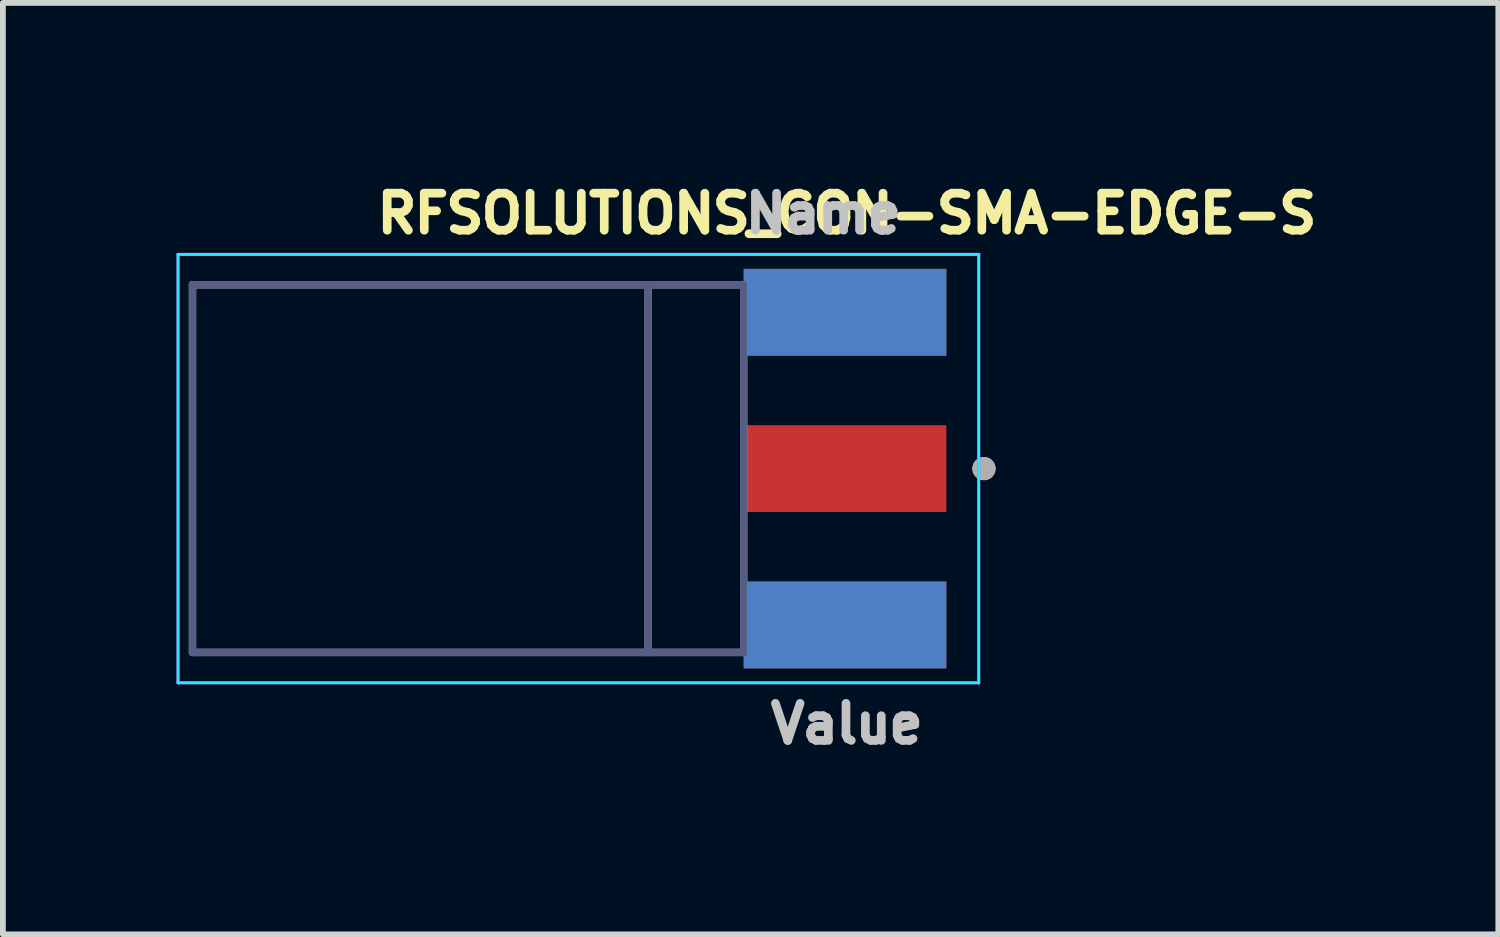
<source format=kicad_pcb>
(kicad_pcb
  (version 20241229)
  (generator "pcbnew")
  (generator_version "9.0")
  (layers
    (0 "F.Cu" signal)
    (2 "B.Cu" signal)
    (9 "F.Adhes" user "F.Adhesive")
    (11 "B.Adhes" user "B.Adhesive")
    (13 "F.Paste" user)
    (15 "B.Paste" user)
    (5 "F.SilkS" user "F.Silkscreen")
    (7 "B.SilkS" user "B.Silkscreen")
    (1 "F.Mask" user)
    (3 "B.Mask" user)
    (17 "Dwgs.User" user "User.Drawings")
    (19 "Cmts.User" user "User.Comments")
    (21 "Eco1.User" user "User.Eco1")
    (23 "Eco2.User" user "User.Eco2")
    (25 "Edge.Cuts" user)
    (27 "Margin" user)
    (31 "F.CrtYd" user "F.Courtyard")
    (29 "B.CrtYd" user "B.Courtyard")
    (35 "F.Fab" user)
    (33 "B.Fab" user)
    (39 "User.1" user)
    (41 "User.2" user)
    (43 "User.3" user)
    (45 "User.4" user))
  (footprint "RFSOLUTIONS_CON-SMA-EDGE-S"
    (layer "F.Cu")
    (at 11.545 5.044)
    (property "Reference" "RFSOLUTIONS_CON-SMA-EDGE-S" (at 0.032 -4.406 0) (layer "F.SilkS") (effects (font (size 0.64 0.64) (thickness 0.15))))
    (attr through_hole)
    (fp_circle (center 2.4 0) (end 2.5 0) (stroke (width 0.2) (type solid)) (fill no) (layer "F.SilkS"))
    (fp_line (start -11.52 -3.7) (end -11.52 3.7) (stroke (width 0.05) (type solid)) (layer "B.CrtYd"))
    (fp_line (start -11.52 3.7) (end 2.31 3.7) (stroke (width 0.05) (type solid)) (layer "B.CrtYd"))
    (fp_line (start 2.31 -3.7) (end -11.52 -3.7) (stroke (width 0.05) (type solid)) (layer "B.CrtYd"))
    (fp_line (start 2.31 3.7) (end 2.31 -3.7) (stroke (width 0.05) (type solid)) (layer "B.CrtYd"))
    (fp_line (start -11.52 -3.7) (end 2.31 -3.7) (stroke (width 0.05) (type solid)) (layer "F.CrtYd"))
    (fp_line (start -11.52 3.7) (end -11.52 -3.7) (stroke (width 0.05) (type solid)) (layer "F.CrtYd"))
    (fp_line (start 2.31 -3.7) (end 2.31 3.7) (stroke (width 0.05) (type solid)) (layer "F.CrtYd"))
    (fp_line (start 2.31 3.7) (end -11.52 3.7) (stroke (width 0.05) (type solid)) (layer "F.CrtYd"))
    (fp_line (start -11.27 -3.175) (end -3.4 -3.175) (stroke (width 0.127) (type solid)) (layer "B.Fab"))
    (fp_line (start -11.27 3.175) (end -11.27 -3.175) (stroke (width 0.127) (type solid)) (layer "B.Fab"))
    (fp_line (start -3.4 -3.175) (end -3.4 3.175) (stroke (width 0.127) (type solid)) (layer "B.Fab"))
    (fp_line (start -3.4 3.175) (end -11.27 3.175) (stroke (width 0.127) (type solid)) (layer "B.Fab"))
    (fp_line (start -3.4 3.175) (end -1.75 3.175) (stroke (width 0.127) (type solid)) (layer "B.Fab"))
    (fp_line (start -1.75 -3.175) (end -3.4 -3.175) (stroke (width 0.127) (type solid)) (layer "B.Fab"))
    (fp_line (start -1.75 3.175) (end -1.75 -3.175) (stroke (width 0.127) (type solid)) (layer "B.Fab"))
    (fp_line (start -11.27 -3.175) (end -11.27 3.175) (stroke (width 0.127) (type solid)) (layer "F.Fab"))
    (fp_line (start -11.27 3.175) (end -3.4 3.175) (stroke (width 0.127) (type solid)) (layer "F.Fab"))
    (fp_line (start -3.4 -3.175) (end -11.27 -3.175) (stroke (width 0.127) (type solid)) (layer "F.Fab"))
    (fp_line (start -3.4 -3.175) (end -1.75 -3.175) (stroke (width 0.127) (type solid)) (layer "F.Fab"))
    (fp_line (start -3.4 3.175) (end -3.4 -3.175) (stroke (width 0.127) (type solid)) (layer "F.Fab"))
    (fp_line (start -1.75 -3.175) (end -1.75 3.175) (stroke (width 0.127) (type solid)) (layer "F.Fab"))
    (fp_line (start -1.75 3.175) (end -3.4 3.175) (stroke (width 0.127) (type solid)) (layer "F.Fab"))
    (fp_circle (center 2.4 0) (end 2.5 0) (stroke (width 0.2) (type solid)) (fill no) (layer "F.Fab"))
    (fp_text user "Name" (at -0.374 -4.406 0) (layer "Dwgs.User") (effects (font (size 0.64 0.64) (thickness 0.15))))
    (fp_text user "Value" (at 0.032 4.406 0) (layer "Dwgs.User") (effects (font (size 0.64 0.64) (thickness 0.15))))
    (pad "1" smd rect (at 0 0) (size 3.5 1.5) (layers "F.Cu" "F.Mask" "F.Paste"))
    (pad "G1" smd rect (at 0 -2.7) (size 3.5 1.5) (layers "F.Cu" "F.Mask" "F.Paste"))
    (pad "G2" smd rect (at 0 2.7) (size 3.5 1.5) (layers "F.Cu" "F.Mask" "F.Paste"))
    (pad "G3" smd rect (at 0 -2.7) (size 3.5 1.5) (layers "B.Cu" "B.Mask" "B.Paste"))
    (pad "G4" smd rect (at 0 2.7) (size 3.5 1.5) (layers "B.Cu" "B.Mask" "B.Paste")))
  (gr_rect
    (start -3 -3)
    (end 22.829 13.088)
    (stroke (width 0.1) (type default))
    (fill no)
    (layer "Edge.Cuts")))
</source>
